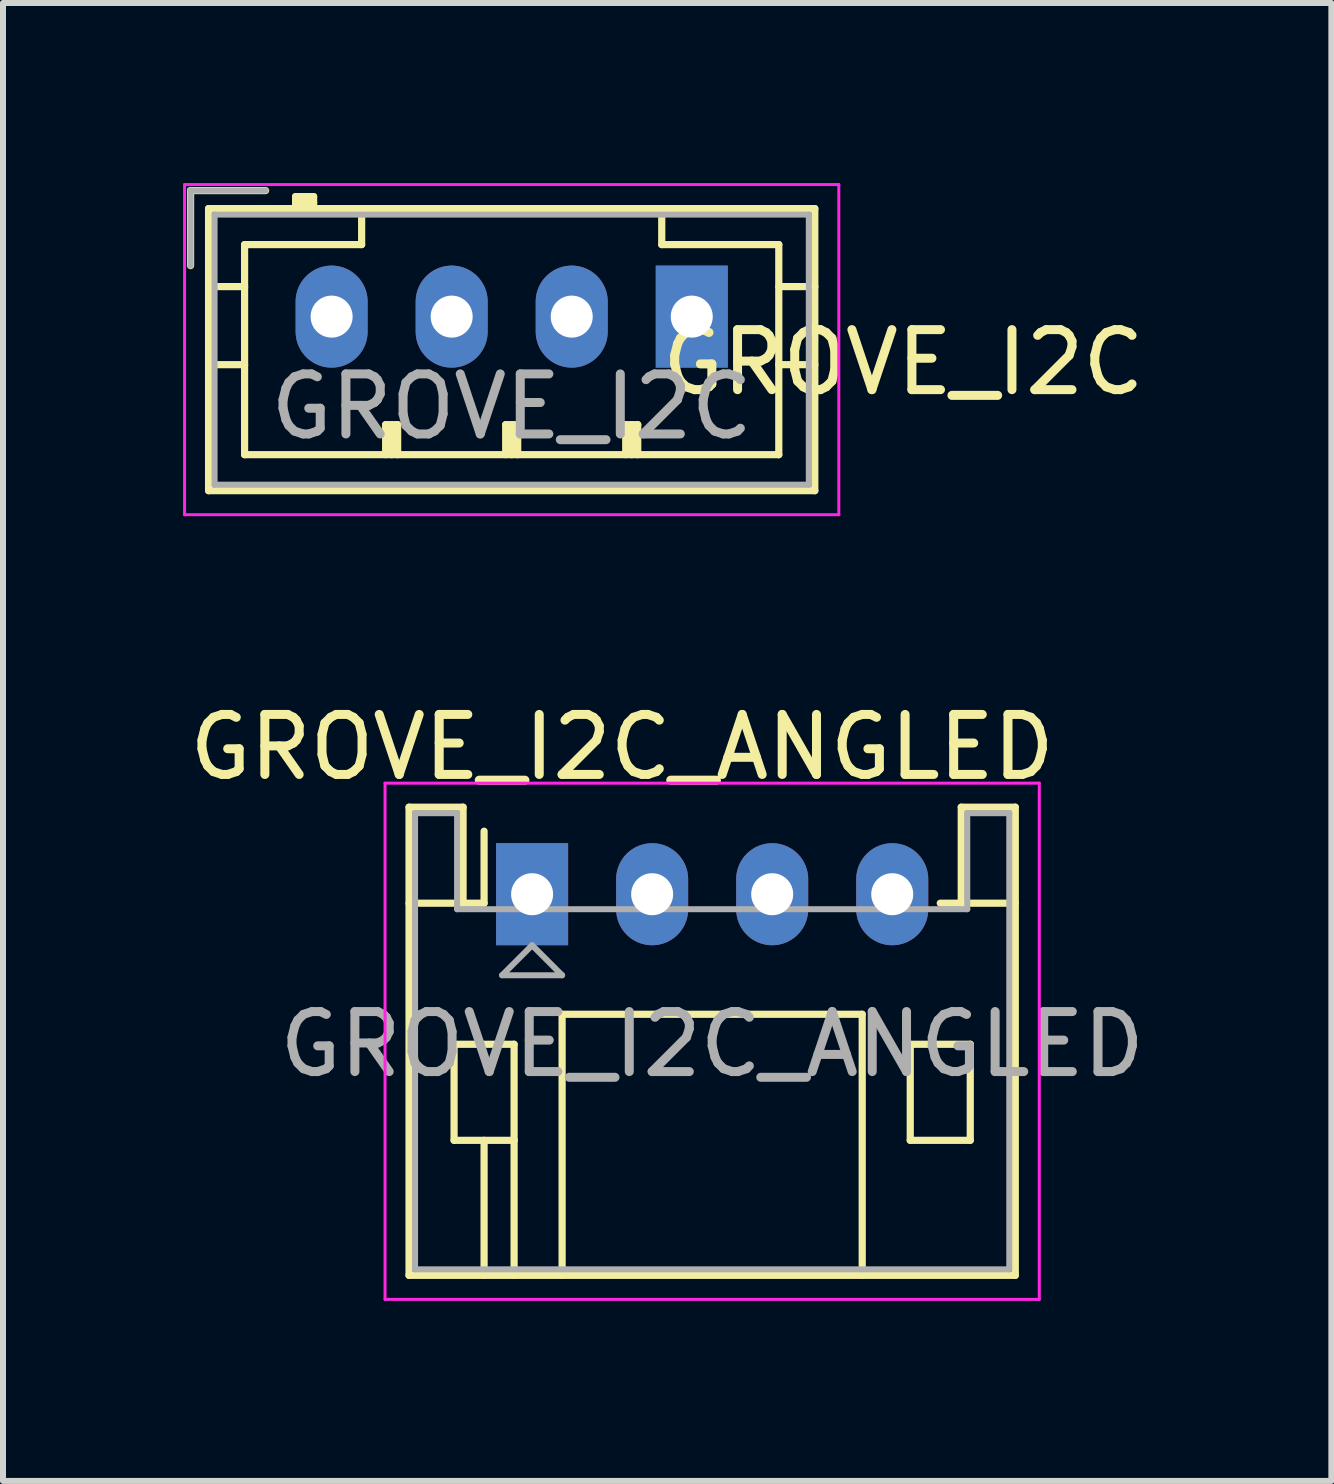
<source format=kicad_pcb>
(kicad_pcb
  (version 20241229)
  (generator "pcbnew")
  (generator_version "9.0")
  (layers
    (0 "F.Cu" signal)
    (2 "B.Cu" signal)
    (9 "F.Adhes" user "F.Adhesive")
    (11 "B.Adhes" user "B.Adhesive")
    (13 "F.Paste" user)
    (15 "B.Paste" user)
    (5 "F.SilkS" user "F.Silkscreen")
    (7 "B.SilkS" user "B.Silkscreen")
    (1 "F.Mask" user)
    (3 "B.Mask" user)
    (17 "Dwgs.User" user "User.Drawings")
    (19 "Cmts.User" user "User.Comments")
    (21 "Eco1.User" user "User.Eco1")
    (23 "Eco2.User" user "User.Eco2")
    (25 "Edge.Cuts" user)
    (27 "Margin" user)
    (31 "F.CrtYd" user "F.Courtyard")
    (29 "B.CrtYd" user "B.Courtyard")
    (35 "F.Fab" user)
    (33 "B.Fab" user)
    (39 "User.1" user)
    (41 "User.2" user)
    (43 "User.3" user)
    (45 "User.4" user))
  (footprint "GROVE_I2C_ANGLED"
    (layer "F.Cu")
    (at 5.815 11.848)
    (property "Reference" "GROVE_I2C_ANGLED" (at 1.5 -2.45 0) (layer "F.SilkS") (effects (font (size 1 1) (thickness 0.15))))
    (attr through_hole)
    (fp_line (start -2.05 -1.45) (end -2.05 6.35) (stroke (width 0.12) (type solid)) (layer "F.SilkS"))
    (fp_line (start -2.05 0.15) (end -1.15 0.15) (stroke (width 0.12) (type solid)) (layer "F.SilkS"))
    (fp_line (start -2.05 6.35) (end 8.05 6.35) (stroke (width 0.12) (type solid)) (layer "F.SilkS"))
    (fp_line (start -1.3 2.5) (end -1.3 4.1) (stroke (width 0.12) (type solid)) (layer "F.SilkS"))
    (fp_line (start -1.3 4.1) (end -0.3 4.1) (stroke (width 0.12) (type solid)) (layer "F.SilkS"))
    (fp_line (start -1.15 -1.45) (end -2.05 -1.45) (stroke (width 0.12) (type solid)) (layer "F.SilkS"))
    (fp_line (start -1.15 0.15) (end -1.15 -1.45) (stroke (width 0.12) (type solid)) (layer "F.SilkS"))
    (fp_line (start -0.8 0.15) (end -1.15 0.15) (stroke (width 0.12) (type solid)) (layer "F.SilkS"))
    (fp_line (start -0.8 0.15) (end -0.8 -1.05) (stroke (width 0.12) (type solid)) (layer "F.SilkS"))
    (fp_line (start -0.8 4.1) (end -0.8 6.35) (stroke (width 0.12) (type solid)) (layer "F.SilkS"))
    (fp_line (start -0.3 2.5) (end -1.3 2.5) (stroke (width 0.12) (type solid)) (layer "F.SilkS"))
    (fp_line (start -0.3 4.1) (end -0.3 2.5) (stroke (width 0.12) (type solid)) (layer "F.SilkS"))
    (fp_line (start -0.3 4.1) (end -0.3 6.35) (stroke (width 0.12) (type solid)) (layer "F.SilkS"))
    (fp_line (start 0.5 2) (end 5.5 2) (stroke (width 0.12) (type solid)) (layer "F.SilkS"))
    (fp_line (start 0.5 6.35) (end 0.5 2) (stroke (width 0.12) (type solid)) (layer "F.SilkS"))
    (fp_line (start 5.5 2) (end 5.5 6.35) (stroke (width 0.12) (type solid)) (layer "F.SilkS"))
    (fp_line (start 6.3 2.5) (end 7.3 2.5) (stroke (width 0.12) (type solid)) (layer "F.SilkS"))
    (fp_line (start 6.3 4.1) (end 6.3 2.5) (stroke (width 0.12) (type solid)) (layer "F.SilkS"))
    (fp_line (start 7.15 -1.45) (end 7.15 0.15) (stroke (width 0.12) (type solid)) (layer "F.SilkS"))
    (fp_line (start 7.15 0.15) (end 6.8 0.15) (stroke (width 0.12) (type solid)) (layer "F.SilkS"))
    (fp_line (start 7.3 2.5) (end 7.3 4.1) (stroke (width 0.12) (type solid)) (layer "F.SilkS"))
    (fp_line (start 7.3 4.1) (end 6.3 4.1) (stroke (width 0.12) (type solid)) (layer "F.SilkS"))
    (fp_line (start 8.05 -1.45) (end 7.15 -1.45) (stroke (width 0.12) (type solid)) (layer "F.SilkS"))
    (fp_line (start 8.05 0.15) (end 7.15 0.15) (stroke (width 0.12) (type solid)) (layer "F.SilkS"))
    (fp_line (start 8.05 6.35) (end 8.05 -1.45) (stroke (width 0.12) (type solid)) (layer "F.SilkS"))
    (fp_line (start -2.45 -1.85) (end -2.45 6.75) (stroke (width 0.05) (type solid)) (layer "F.CrtYd"))
    (fp_line (start -2.45 6.75) (end 8.45 6.75) (stroke (width 0.05) (type solid)) (layer "F.CrtYd"))
    (fp_line (start 8.45 -1.85) (end -2.45 -1.85) (stroke (width 0.05) (type solid)) (layer "F.CrtYd"))
    (fp_line (start 8.45 6.75) (end 8.45 -1.85) (stroke (width 0.05) (type solid)) (layer "F.CrtYd"))
    (fp_line (start -1.95 -1.35) (end -1.95 6.25) (stroke (width 0.1) (type solid)) (layer "F.Fab"))
    (fp_line (start -1.95 6.25) (end 7.95 6.25) (stroke (width 0.1) (type solid)) (layer "F.Fab"))
    (fp_line (start -1.25 -1.35) (end -1.95 -1.35) (stroke (width 0.1) (type solid)) (layer "F.Fab"))
    (fp_line (start -1.25 0.25) (end -1.25 -1.35) (stroke (width 0.1) (type solid)) (layer "F.Fab"))
    (fp_line (start -0.5 1.35) (end 0.5 1.35) (stroke (width 0.1) (type solid)) (layer "F.Fab"))
    (fp_line (start 0 0.85) (end -0.5 1.35) (stroke (width 0.1) (type solid)) (layer "F.Fab"))
    (fp_line (start 0.5 1.35) (end 0 0.85) (stroke (width 0.1) (type solid)) (layer "F.Fab"))
    (fp_line (start 7.25 -1.35) (end 7.25 0.25) (stroke (width 0.1) (type solid)) (layer "F.Fab"))
    (fp_line (start 7.25 0.25) (end -1.25 0.25) (stroke (width 0.1) (type solid)) (layer "F.Fab"))
    (fp_line (start 7.95 -1.35) (end 7.25 -1.35) (stroke (width 0.1) (type solid)) (layer "F.Fab"))
    (fp_line (start 7.95 6.25) (end 7.95 -1.35) (stroke (width 0.1) (type solid)) (layer "F.Fab"))
    (fp_text user "${REFERENCE}" (at 3 2.5 0) (layer "F.Fab") (effects (font (size 1 1) (thickness 0.15))))
    (pad "1" thru_hole rect (at 0 0) (size 1.2 1.7) (drill 0.7) (layers "*.Cu" "*.Mask"))
    (pad "2" thru_hole oval (at 2 0) (size 1.2 1.7) (drill 0.7) (layers "*.Cu" "*.Mask"))
    (pad "3" thru_hole oval (at 4 0) (size 1.2 1.7) (drill 0.7) (layers "*.Cu" "*.Mask"))
    (pad "4" thru_hole oval (at 6 0) (size 1.2 1.7) (drill 0.7) (layers "*.Cu" "*.Mask")))
  (footprint "GROVE_I2C"
    (layer "F.Cu")
    (at 2.475 2.225)
    (property "Reference" "GROVE_I2C" (at 9.525 0.762 0) (layer "F.SilkS") (effects (font (size 1 1) (thickness 0.15))))
    (attr through_hole)
    (fp_line (start -2.35 -2.1) (end -2.35 -0.85) (stroke (width 0.12) (type solid)) (layer "F.SilkS"))
    (fp_line (start -2.05 -1.8) (end -2.05 2.9) (stroke (width 0.12) (type solid)) (layer "F.SilkS"))
    (fp_line (start -2.05 -0.5) (end -1.45 -0.5) (stroke (width 0.12) (type solid)) (layer "F.SilkS"))
    (fp_line (start -2.05 0.8) (end -1.45 0.8) (stroke (width 0.12) (type solid)) (layer "F.SilkS"))
    (fp_line (start -2.05 2.9) (end 8.05 2.9) (stroke (width 0.12) (type solid)) (layer "F.SilkS"))
    (fp_line (start -1.45 -1.2) (end -1.45 2.3) (stroke (width 0.12) (type solid)) (layer "F.SilkS"))
    (fp_line (start -1.45 2.3) (end 7.45 2.3) (stroke (width 0.12) (type solid)) (layer "F.SilkS"))
    (fp_line (start -1.1 -2.1) (end -2.35 -2.1) (stroke (width 0.12) (type solid)) (layer "F.SilkS"))
    (fp_line (start -0.6 -2) (end -0.6 -1.8) (stroke (width 0.12) (type solid)) (layer "F.SilkS"))
    (fp_line (start -0.3 -2) (end -0.6 -2) (stroke (width 0.12) (type solid)) (layer "F.SilkS"))
    (fp_line (start -0.3 -1.9) (end -0.6 -1.9) (stroke (width 0.12) (type solid)) (layer "F.SilkS"))
    (fp_line (start -0.3 -1.8) (end -0.3 -2) (stroke (width 0.12) (type solid)) (layer "F.SilkS"))
    (fp_line (start 0.5 -1.8) (end 0.5 -1.2) (stroke (width 0.12) (type solid)) (layer "F.SilkS"))
    (fp_line (start 0.5 -1.2) (end -1.45 -1.2) (stroke (width 0.12) (type solid)) (layer "F.SilkS"))
    (fp_line (start 0.9 1.8) (end 1.1 1.8) (stroke (width 0.12) (type solid)) (layer "F.SilkS"))
    (fp_line (start 0.9 2.3) (end 0.9 1.8) (stroke (width 0.12) (type solid)) (layer "F.SilkS"))
    (fp_line (start 1 2.3) (end 1 1.8) (stroke (width 0.12) (type solid)) (layer "F.SilkS"))
    (fp_line (start 1.1 1.8) (end 1.1 2.3) (stroke (width 0.12) (type solid)) (layer "F.SilkS"))
    (fp_line (start 2.9 1.8) (end 3.1 1.8) (stroke (width 0.12) (type solid)) (layer "F.SilkS"))
    (fp_line (start 2.9 2.3) (end 2.9 1.8) (stroke (width 0.12) (type solid)) (layer "F.SilkS"))
    (fp_line (start 3 2.3) (end 3 1.8) (stroke (width 0.12) (type solid)) (layer "F.SilkS"))
    (fp_line (start 3.1 1.8) (end 3.1 2.3) (stroke (width 0.12) (type solid)) (layer "F.SilkS"))
    (fp_line (start 4.9 1.8) (end 5.1 1.8) (stroke (width 0.12) (type solid)) (layer "F.SilkS"))
    (fp_line (start 4.9 2.3) (end 4.9 1.8) (stroke (width 0.12) (type solid)) (layer "F.SilkS"))
    (fp_line (start 5 2.3) (end 5 1.8) (stroke (width 0.12) (type solid)) (layer "F.SilkS"))
    (fp_line (start 5.1 1.8) (end 5.1 2.3) (stroke (width 0.12) (type solid)) (layer "F.SilkS"))
    (fp_line (start 5.5 -1.2) (end 5.5 -1.8) (stroke (width 0.12) (type solid)) (layer "F.SilkS"))
    (fp_line (start 7.45 -1.2) (end 5.5 -1.2) (stroke (width 0.12) (type solid)) (layer "F.SilkS"))
    (fp_line (start 7.45 2.3) (end 7.45 -1.2) (stroke (width 0.12) (type solid)) (layer "F.SilkS"))
    (fp_line (start 8.05 -1.8) (end -2.05 -1.8) (stroke (width 0.12) (type solid)) (layer "F.SilkS"))
    (fp_line (start 8.05 -0.5) (end 7.45 -0.5) (stroke (width 0.12) (type solid)) (layer "F.SilkS"))
    (fp_line (start 8.05 0.8) (end 7.45 0.8) (stroke (width 0.12) (type solid)) (layer "F.SilkS"))
    (fp_line (start 8.05 2.9) (end 8.05 -1.8) (stroke (width 0.12) (type solid)) (layer "F.SilkS"))
    (fp_line (start -2.45 -2.2) (end -2.45 3.3) (stroke (width 0.05) (type solid)) (layer "F.CrtYd"))
    (fp_line (start -2.45 3.3) (end 8.45 3.3) (stroke (width 0.05) (type solid)) (layer "F.CrtYd"))
    (fp_line (start 8.45 -2.2) (end -2.45 -2.2) (stroke (width 0.05) (type solid)) (layer "F.CrtYd"))
    (fp_line (start 8.45 3.3) (end 8.45 -2.2) (stroke (width 0.05) (type solid)) (layer "F.CrtYd"))
    (fp_line (start -2.35 -2.1) (end -2.35 -0.85) (stroke (width 0.1) (type solid)) (layer "F.Fab"))
    (fp_line (start -1.95 -1.7) (end -1.95 2.8) (stroke (width 0.1) (type solid)) (layer "F.Fab"))
    (fp_line (start -1.95 2.8) (end 7.95 2.8) (stroke (width 0.1) (type solid)) (layer "F.Fab"))
    (fp_line (start -1.1 -2.1) (end -2.35 -2.1) (stroke (width 0.1) (type solid)) (layer "F.Fab"))
    (fp_line (start 7.95 -1.7) (end -1.95 -1.7) (stroke (width 0.1) (type solid)) (layer "F.Fab"))
    (fp_line (start 7.95 2.8) (end 7.95 -1.7) (stroke (width 0.1) (type solid)) (layer "F.Fab"))
    (fp_text user "${REFERENCE}" (at 3 1.5 0) (layer "F.Fab") (effects (font (size 1 1) (thickness 0.15))))
    (pad "1" thru_hole oval (at 0 0) (size 1.2 1.7) (drill 0.7) (layers "*.Cu" "*.Mask"))
    (pad "2" thru_hole oval (at 2 0) (size 1.2 1.7) (drill 0.7) (layers "*.Cu" "*.Mask"))
    (pad "3" thru_hole oval (at 4 0) (size 1.2 1.7) (drill 0.7) (layers "*.Cu" "*.Mask"))
    (pad "4" thru_hole rect (at 6 0) (size 1.2 1.7) (drill 0.7) (layers "*.Cu" "*.Mask")))
  (gr_rect
    (start -3 -3)
    (end 19.131 21.623)
    (stroke (width 0.1) (type default))
    (fill no)
    (layer "Edge.Cuts")))
</source>
